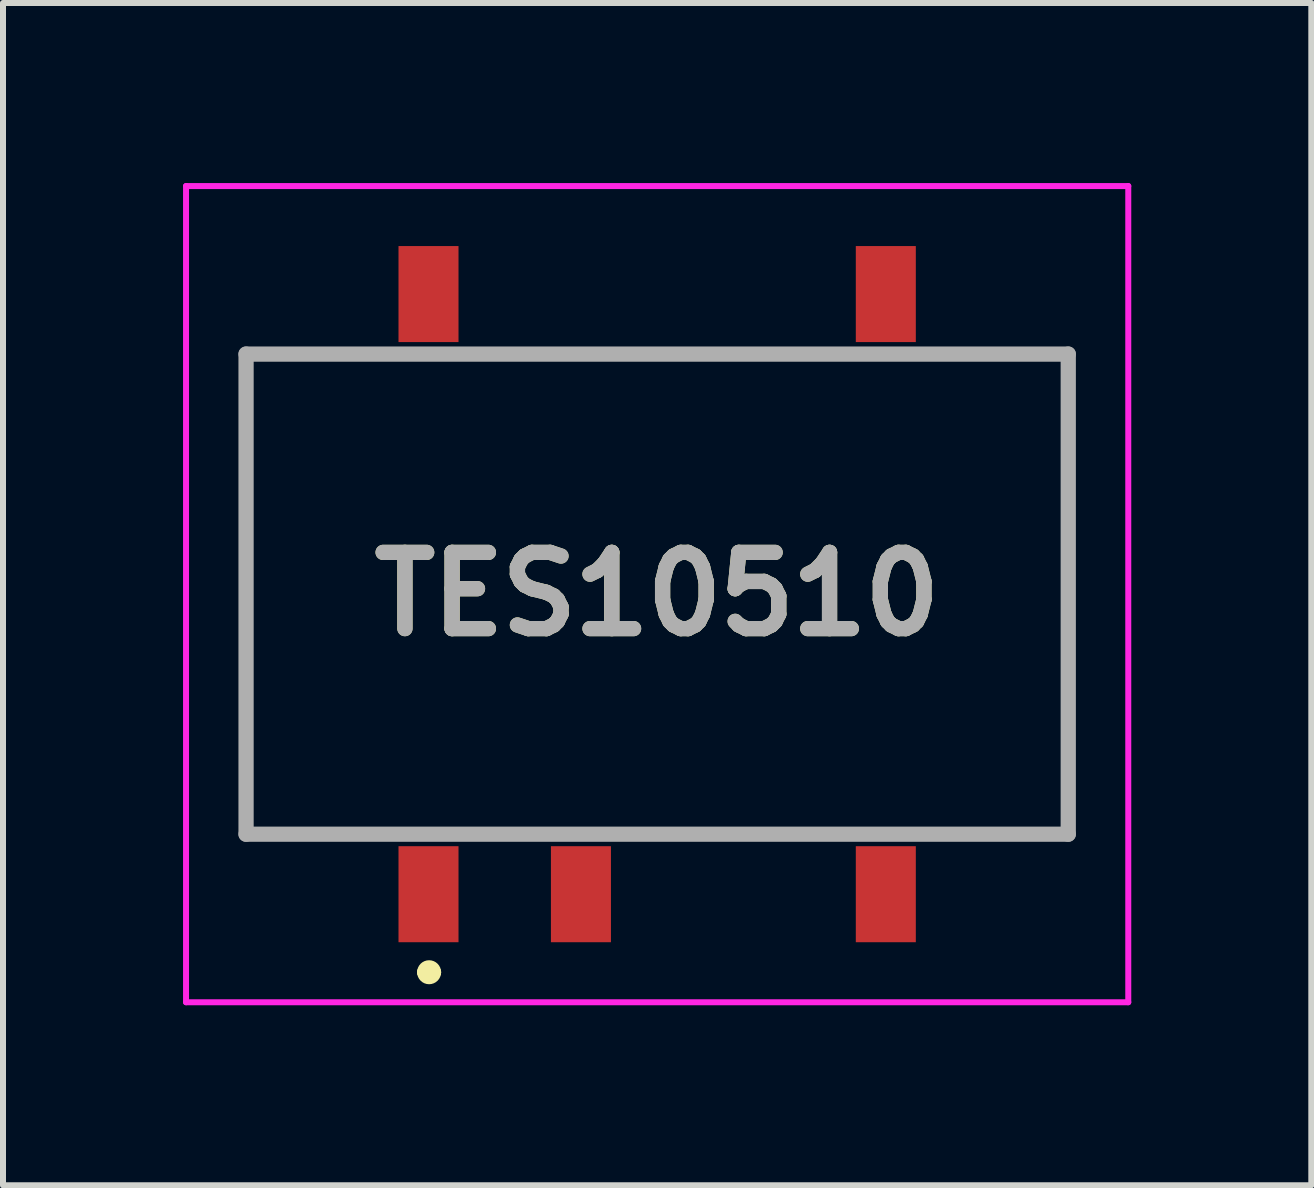
<source format=kicad_pcb>
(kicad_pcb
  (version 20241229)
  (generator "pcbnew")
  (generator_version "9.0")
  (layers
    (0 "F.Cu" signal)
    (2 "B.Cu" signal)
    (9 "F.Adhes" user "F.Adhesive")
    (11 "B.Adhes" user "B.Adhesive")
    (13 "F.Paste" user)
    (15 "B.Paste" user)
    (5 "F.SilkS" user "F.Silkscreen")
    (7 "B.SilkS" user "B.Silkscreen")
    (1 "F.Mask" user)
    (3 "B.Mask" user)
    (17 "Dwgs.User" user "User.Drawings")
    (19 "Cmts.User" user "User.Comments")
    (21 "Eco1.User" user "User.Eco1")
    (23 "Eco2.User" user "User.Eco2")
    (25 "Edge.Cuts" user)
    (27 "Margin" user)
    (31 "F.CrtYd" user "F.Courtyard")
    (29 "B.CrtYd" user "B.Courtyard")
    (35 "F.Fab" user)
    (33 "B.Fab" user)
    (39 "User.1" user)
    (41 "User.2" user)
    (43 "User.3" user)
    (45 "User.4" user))
  (footprint "TES10510"
    (layer "F.Cu")
    (at 7.9 6.85)
    (property "Reference" "TES10510" (at 0 0 0) (layer "F.SilkS") (effects (font (size 1.27 1.27) (thickness 0.254))))
    (attr smd)
    (fp_line (start -6.85 -4) (end -6.85 4) (stroke (width 0.1) (type solid)) (layer "F.SilkS"))
    (fp_line (start -6.85 4) (end -5 4) (stroke (width 0.1) (type solid)) (layer "F.SilkS"))
    (fp_line (start -5 -4) (end -6.85 -4) (stroke (width 0.1) (type solid)) (layer "F.SilkS"))
    (fp_line (start -3.9 6.3) (end -3.9 6.3) (stroke (width 0.2) (type solid)) (layer "F.SilkS"))
    (fp_line (start -3.7 6.3) (end -3.7 6.3) (stroke (width 0.2) (type solid)) (layer "F.SilkS"))
    (fp_line (start 5 4) (end 6.85 4) (stroke (width 0.1) (type solid)) (layer "F.SilkS"))
    (fp_line (start 6.85 -4) (end 5 -4) (stroke (width 0.1) (type solid)) (layer "F.SilkS"))
    (fp_line (start 6.85 4) (end 6.85 -4) (stroke (width 0.1) (type solid)) (layer "F.SilkS"))
    (fp_arc (start -3.9 6.3) (mid -3.8 6.2) (end -3.7 6.3) (stroke (width 0.2) (type solid)) (layer "F.SilkS"))
    (fp_arc (start -3.7 6.3) (mid -3.8 6.4) (end -3.9 6.3) (stroke (width 0.2) (type solid)) (layer "F.SilkS"))
    (fp_line (start -7.85 -6.8) (end 7.85 -6.8) (stroke (width 0.1) (type solid)) (layer "F.CrtYd"))
    (fp_line (start -7.85 6.8) (end -7.85 -6.8) (stroke (width 0.1) (type solid)) (layer "F.CrtYd"))
    (fp_line (start 7.85 -6.8) (end 7.85 6.8) (stroke (width 0.1) (type solid)) (layer "F.CrtYd"))
    (fp_line (start 7.85 6.8) (end -7.85 6.8) (stroke (width 0.1) (type solid)) (layer "F.CrtYd"))
    (fp_line (start -6.85 -4) (end 6.85 -4) (stroke (width 0.254) (type solid)) (layer "F.Fab"))
    (fp_line (start -6.85 4) (end -6.85 -4) (stroke (width 0.254) (type solid)) (layer "F.Fab"))
    (fp_line (start 6.85 -4) (end 6.85 4) (stroke (width 0.254) (type solid)) (layer "F.Fab"))
    (fp_line (start 6.85 4) (end -6.85 4) (stroke (width 0.254) (type solid)) (layer "F.Fab"))
    (fp_text user "${REFERENCE}" (at 0 0 0) (layer "F.Fab") (effects (font (size 1.27 1.27) (thickness 0.254))))
    (pad "1" smd rect (at -3.81 5) (size 1 1.6) (layers "F.Cu" "F.Mask" "F.Paste"))
    (pad "2" smd rect (at -1.27 5) (size 1 1.6) (layers "F.Cu" "F.Mask" "F.Paste"))
    (pad "4" smd rect (at 3.81 5) (size 1 1.6) (layers "F.Cu" "F.Mask" "F.Paste"))
    (pad "5" smd rect (at 3.81 -5) (size 1 1.6) (layers "F.Cu" "F.Mask" "F.Paste"))
    (pad "8" smd rect (at -3.81 -5) (size 1 1.6) (layers "F.Cu" "F.Mask" "F.Paste")))
  (gr_rect
    (start -3 -3)
    (end 18.8 16.7)
    (stroke (width 0.1) (type default))
    (fill no)
    (layer "Edge.Cuts")))
</source>
